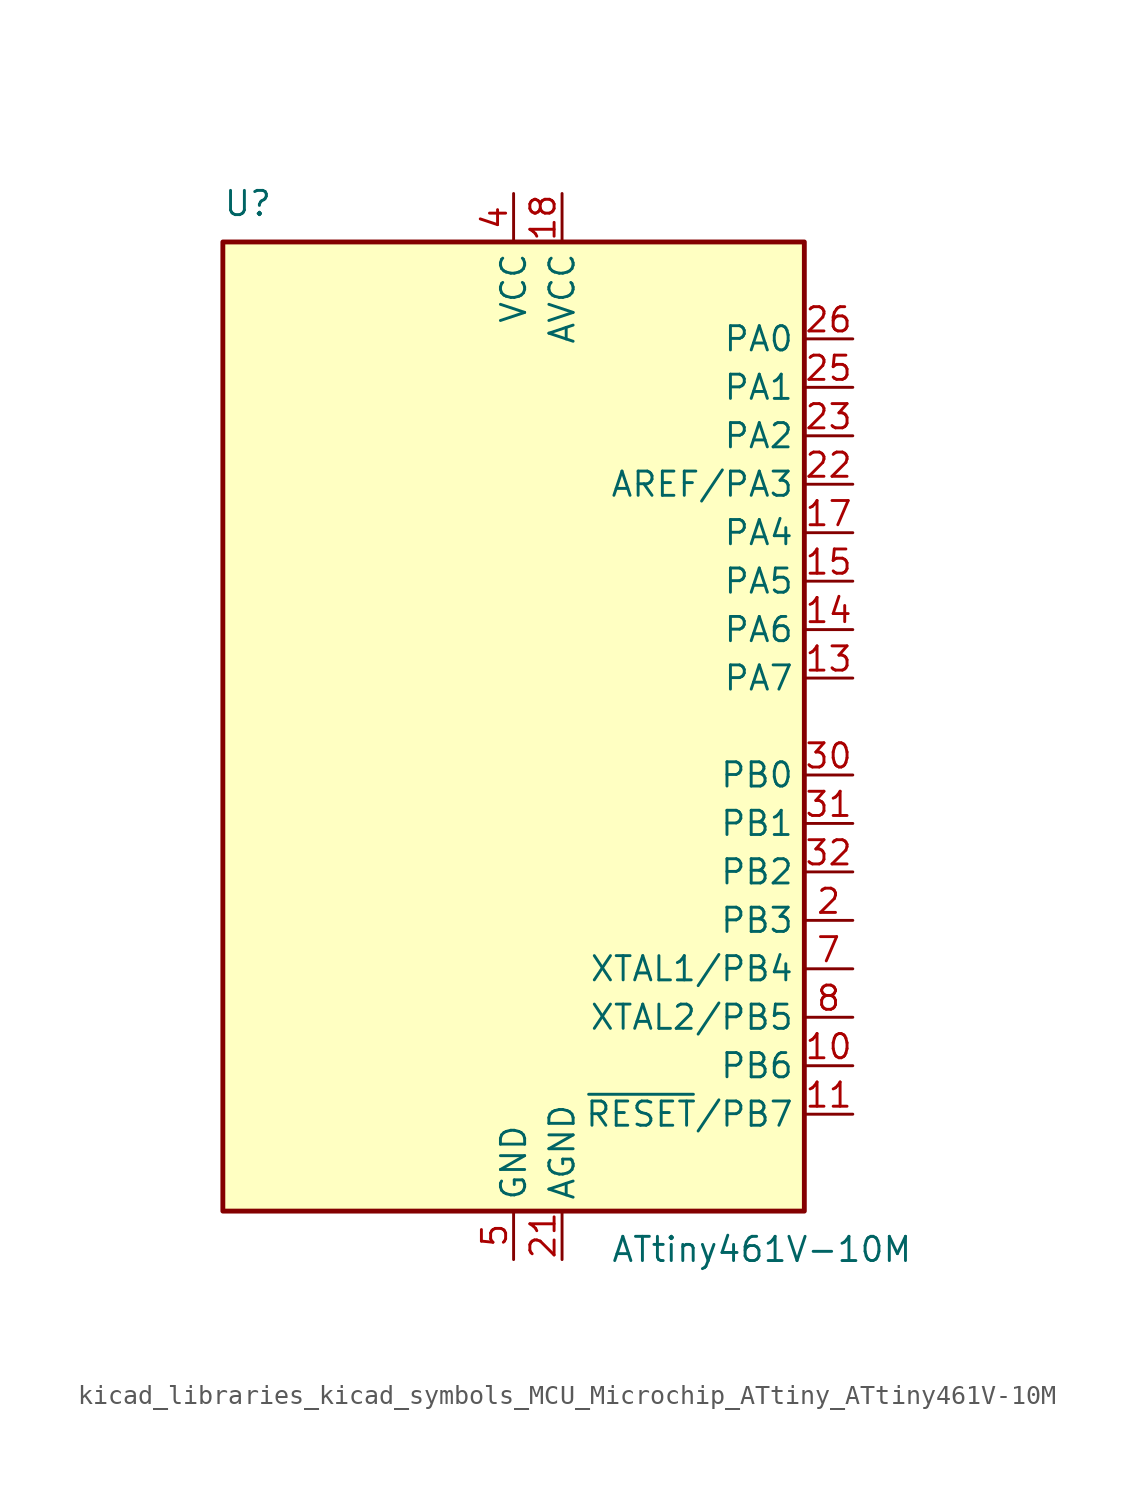
<source format=kicad_sym>
(kicad_symbol_lib
  (version 20220914)
  (generator kicad_symbol_editor)
  (symbol "kicad_libraries_kicad_symbols_MCU_Microchip_ATtiny_ATtiny461V-10M"
    (property "Reference" "U"
      (at -15.24 26.67 0)
      (effects (font (size 1.27 1.27)) (justify left bottom)))
    (property "Value" "ATtiny461V-10M"
      (at 5.08 -26.67 0)
      (effects (font (size 1.27 1.27)) (justify left top)))
    (symbol "kicad_libraries_kicad_symbols_MCU_Microchip_ATtiny_ATtiny461V-10M_0_1"
      (rectangle (start -15.24 -25.4) (end 15.24 25.4) (stroke (width 0.254) (type default)) (fill (type background))))
    (symbol "kicad_libraries_kicad_symbols_MCU_Microchip_ATtiny_ATtiny461V-10M_1_1"
      (pin no_connect line (at -15.24 5.08 0) (length 2.54) hide (name "NC" (effects (font (size 1.27 1.27)))) (number "1" (effects (font (size 1.27 1.27)))))
      (pin bidirectional line (at 17.78 -17.78 180) (length 2.54) (name "PB6" (effects (font (size 1.27 1.27)))) (number "10" (effects (font (size 1.27 1.27)))))
      (pin bidirectional line (at 17.78 -20.32 180) (length 2.54) (name "~{RESET}/PB7" (effects (font (size 1.27 1.27)))) (number "11" (effects (font (size 1.27 1.27)))))
      (pin no_connect line (at -15.24 -5.08 0) (length 2.54) hide (name "NC" (effects (font (size 1.27 1.27)))) (number "12" (effects (font (size 1.27 1.27)))))
      (pin bidirectional line (at 17.78 2.54 180) (length 2.54) (name "PA7" (effects (font (size 1.27 1.27)))) (number "13" (effects (font (size 1.27 1.27)))))
      (pin bidirectional line (at 17.78 5.08 180) (length 2.54) (name "PA6" (effects (font (size 1.27 1.27)))) (number "14" (effects (font (size 1.27 1.27)))))
      (pin bidirectional line (at 17.78 7.62 180) (length 2.54) (name "PA5" (effects (font (size 1.27 1.27)))) (number "15" (effects (font (size 1.27 1.27)))))
      (pin no_connect line (at -15.24 -7.62 0) (length 2.54) hide (name "NC" (effects (font (size 1.27 1.27)))) (number "16" (effects (font (size 1.27 1.27)))))
      (pin bidirectional line (at 17.78 10.16 180) (length 2.54) (name "PA4" (effects (font (size 1.27 1.27)))) (number "17" (effects (font (size 1.27 1.27)))))
      (pin power_in line (at 2.54 27.94 270) (length 2.54) (name "AVCC" (effects (font (size 1.27 1.27)))) (number "18" (effects (font (size 1.27 1.27)))))
      (pin no_connect line (at -15.24 -10.16 0) (length 2.54) hide (name "NC" (effects (font (size 1.27 1.27)))) (number "19" (effects (font (size 1.27 1.27)))))
      (pin bidirectional line (at 17.78 -10.16 180) (length 2.54) (name "PB3" (effects (font (size 1.27 1.27)))) (number "2" (effects (font (size 1.27 1.27)))))
      (pin no_connect line (at -15.24 -12.7 0) (length 2.54) hide (name "NC" (effects (font (size 1.27 1.27)))) (number "20" (effects (font (size 1.27 1.27)))))
      (pin power_in line (at 2.54 -27.94 90) (length 2.54) (name "AGND" (effects (font (size 1.27 1.27)))) (number "21" (effects (font (size 1.27 1.27)))))
      (pin bidirectional line (at 17.78 12.7 180) (length 2.54) (name "AREF/PA3" (effects (font (size 1.27 1.27)))) (number "22" (effects (font (size 1.27 1.27)))))
      (pin bidirectional line (at 17.78 15.24 180) (length 2.54) (name "PA2" (effects (font (size 1.27 1.27)))) (number "23" (effects (font (size 1.27 1.27)))))
      (pin no_connect line (at -15.24 -15.24 0) (length 2.54) hide (name "NC" (effects (font (size 1.27 1.27)))) (number "24" (effects (font (size 1.27 1.27)))))
      (pin bidirectional line (at 17.78 17.78 180) (length 2.54) (name "PA1" (effects (font (size 1.27 1.27)))) (number "25" (effects (font (size 1.27 1.27)))))
      (pin bidirectional line (at 17.78 20.32 180) (length 2.54) (name "PA0" (effects (font (size 1.27 1.27)))) (number "26" (effects (font (size 1.27 1.27)))))
      (pin no_connect line (at -15.24 -17.78 0) (length 2.54) hide (name "NC" (effects (font (size 1.27 1.27)))) (number "27" (effects (font (size 1.27 1.27)))))
      (pin no_connect line (at -15.24 -20.32 0) (length 2.54) hide (name "NC" (effects (font (size 1.27 1.27)))) (number "28" (effects (font (size 1.27 1.27)))))
      (pin no_connect line (at -15.24 -22.86 0) (length 2.54) hide (name "NC" (effects (font (size 1.27 1.27)))) (number "29" (effects (font (size 1.27 1.27)))))
      (pin no_connect line (at -15.24 2.54 0) (length 2.54) hide (name "NC" (effects (font (size 1.27 1.27)))) (number "3" (effects (font (size 1.27 1.27)))))
      (pin bidirectional line (at 17.78 -2.54 180) (length 2.54) (name "PB0" (effects (font (size 1.27 1.27)))) (number "30" (effects (font (size 1.27 1.27)))))
      (pin bidirectional line (at 17.78 -5.08 180) (length 2.54) (name "PB1" (effects (font (size 1.27 1.27)))) (number "31" (effects (font (size 1.27 1.27)))))
      (pin bidirectional line (at 17.78 -7.62 180) (length 2.54) (name "PB2" (effects (font (size 1.27 1.27)))) (number "32" (effects (font (size 1.27 1.27)))))
      (pin passive line (at 0 -27.94 90) (length 2.54) hide (name "GND" (effects (font (size 1.27 1.27)))) (number "33" (effects (font (size 1.27 1.27)))))
      (pin power_in line (at 0 27.94 270) (length 2.54) (name "VCC" (effects (font (size 1.27 1.27)))) (number "4" (effects (font (size 1.27 1.27)))))
      (pin power_in line (at 0 -27.94 90) (length 2.54) (name "GND" (effects (font (size 1.27 1.27)))) (number "5" (effects (font (size 1.27 1.27)))))
      (pin no_connect line (at -15.24 0 0) (length 2.54) hide (name "NC" (effects (font (size 1.27 1.27)))) (number "6" (effects (font (size 1.27 1.27)))))
      (pin bidirectional line (at 17.78 -12.7 180) (length 2.54) (name "XTAL1/PB4" (effects (font (size 1.27 1.27)))) (number "7" (effects (font (size 1.27 1.27)))))
      (pin bidirectional line (at 17.78 -15.24 180) (length 2.54) (name "XTAL2/PB5" (effects (font (size 1.27 1.27)))) (number "8" (effects (font (size 1.27 1.27)))))
      (pin no_connect line (at -15.24 -2.54 0) (length 2.54) hide (name "NC" (effects (font (size 1.27 1.27)))) (number "9" (effects (font (size 1.27 1.27))))))))
</source>
